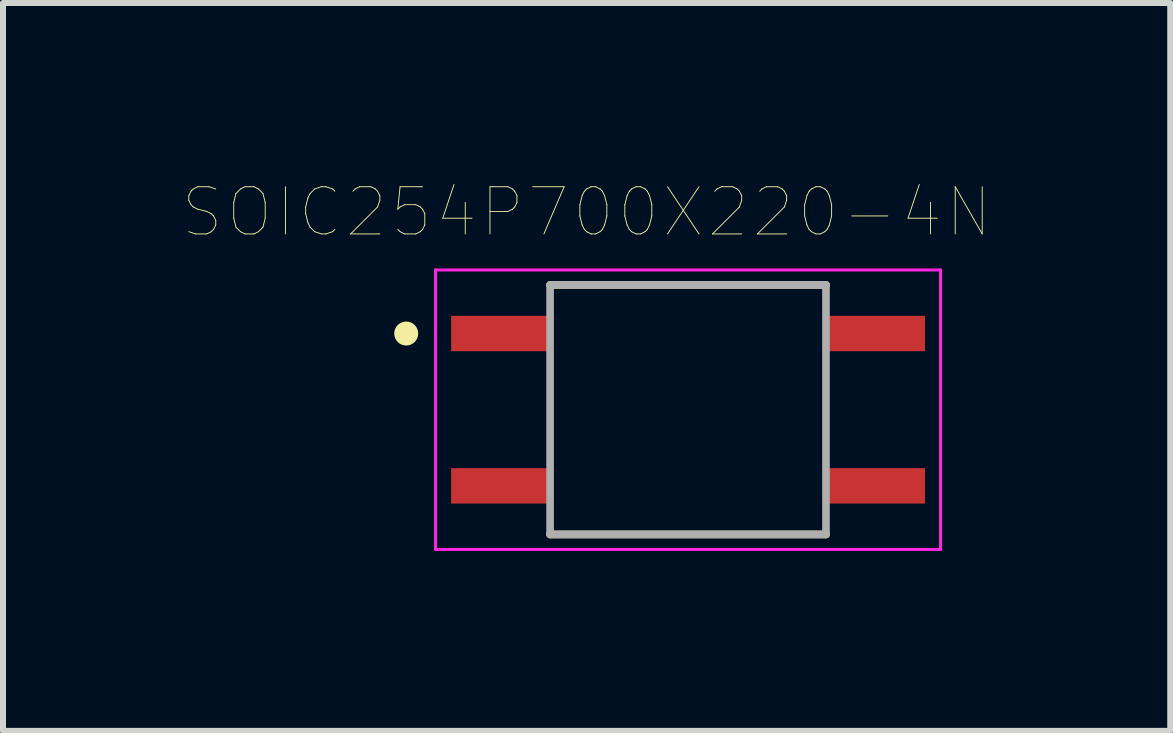
<source format=kicad_pcb>
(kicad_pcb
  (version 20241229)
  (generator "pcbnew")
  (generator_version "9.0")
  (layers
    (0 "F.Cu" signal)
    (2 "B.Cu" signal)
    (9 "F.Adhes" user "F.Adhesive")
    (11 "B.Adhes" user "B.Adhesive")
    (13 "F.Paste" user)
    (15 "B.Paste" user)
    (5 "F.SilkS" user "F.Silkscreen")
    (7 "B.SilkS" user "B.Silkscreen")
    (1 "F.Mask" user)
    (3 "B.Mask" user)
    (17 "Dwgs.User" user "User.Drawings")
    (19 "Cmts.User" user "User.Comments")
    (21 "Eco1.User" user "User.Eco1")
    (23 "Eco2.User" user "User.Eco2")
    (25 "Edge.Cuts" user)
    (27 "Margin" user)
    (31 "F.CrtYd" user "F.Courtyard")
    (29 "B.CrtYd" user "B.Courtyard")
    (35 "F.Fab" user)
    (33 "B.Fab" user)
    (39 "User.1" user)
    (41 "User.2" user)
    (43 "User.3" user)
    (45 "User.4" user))
  (footprint "SOIC254P700X220-4N"
    (layer "F.Cu")
    (at 8.422 3.781)
    (property "Reference" "SOIC254P700X220-4N" (at -1.691 -3.294 0) (layer "F.SilkS") (effects (font (size 0.787 0.787) (thickness 0.015))))
    (attr through_hole)
    (fp_line (start 2.3 -2.08) (end -2.3 -2.08) (stroke (width 0.127) (type solid)) (layer "F.SilkS"))
    (fp_line (start 2.3 2.08) (end -2.3 2.08) (stroke (width 0.127) (type solid)) (layer "F.SilkS"))
    (fp_circle (center -4.699 -1.27) (end -4.599 -1.27) (stroke (width 0.2) (type solid)) (fill no) (layer "F.SilkS"))
    (fp_line (start -4.21 -2.33) (end -4.21 2.33) (stroke (width 0.05) (type solid)) (layer "F.CrtYd"))
    (fp_line (start -4.21 2.33) (end 4.21 2.33) (stroke (width 0.05) (type solid)) (layer "F.CrtYd"))
    (fp_line (start 4.21 -2.33) (end -4.21 -2.33) (stroke (width 0.05) (type solid)) (layer "F.CrtYd"))
    (fp_line (start 4.21 2.33) (end 4.21 -2.33) (stroke (width 0.05) (type solid)) (layer "F.CrtYd"))
    (fp_line (start -2.3 -2.08) (end -2.3 2.08) (stroke (width 0.127) (type solid)) (layer "F.Fab"))
    (fp_line (start -2.3 2.08) (end 2.3 2.08) (stroke (width 0.127) (type solid)) (layer "F.Fab"))
    (fp_line (start 2.3 -2.08) (end -2.3 -2.08) (stroke (width 0.127) (type solid)) (layer "F.Fab"))
    (fp_line (start 2.3 2.08) (end 2.3 -2.08) (stroke (width 0.127) (type solid)) (layer "F.Fab"))
    (pad "1" smd rect (at -3.105 -1.27) (size 1.69 0.59) (layers "F.Cu" "F.Mask" "F.Paste"))
    (pad "2" smd rect (at -3.105 1.27) (size 1.69 0.59) (layers "F.Cu" "F.Mask" "F.Paste"))
    (pad "3" smd rect (at 3.105 1.27) (size 1.69 0.59) (layers "F.Cu" "F.Mask" "F.Paste"))
    (pad "4" smd rect (at 3.105 -1.27) (size 1.69 0.59) (layers "F.Cu" "F.Mask" "F.Paste")))
  (gr_rect
    (start -3 -3)
    (end 16.462 9.136)
    (stroke (width 0.1) (type default))
    (fill no)
    (layer "Edge.Cuts")))
</source>
